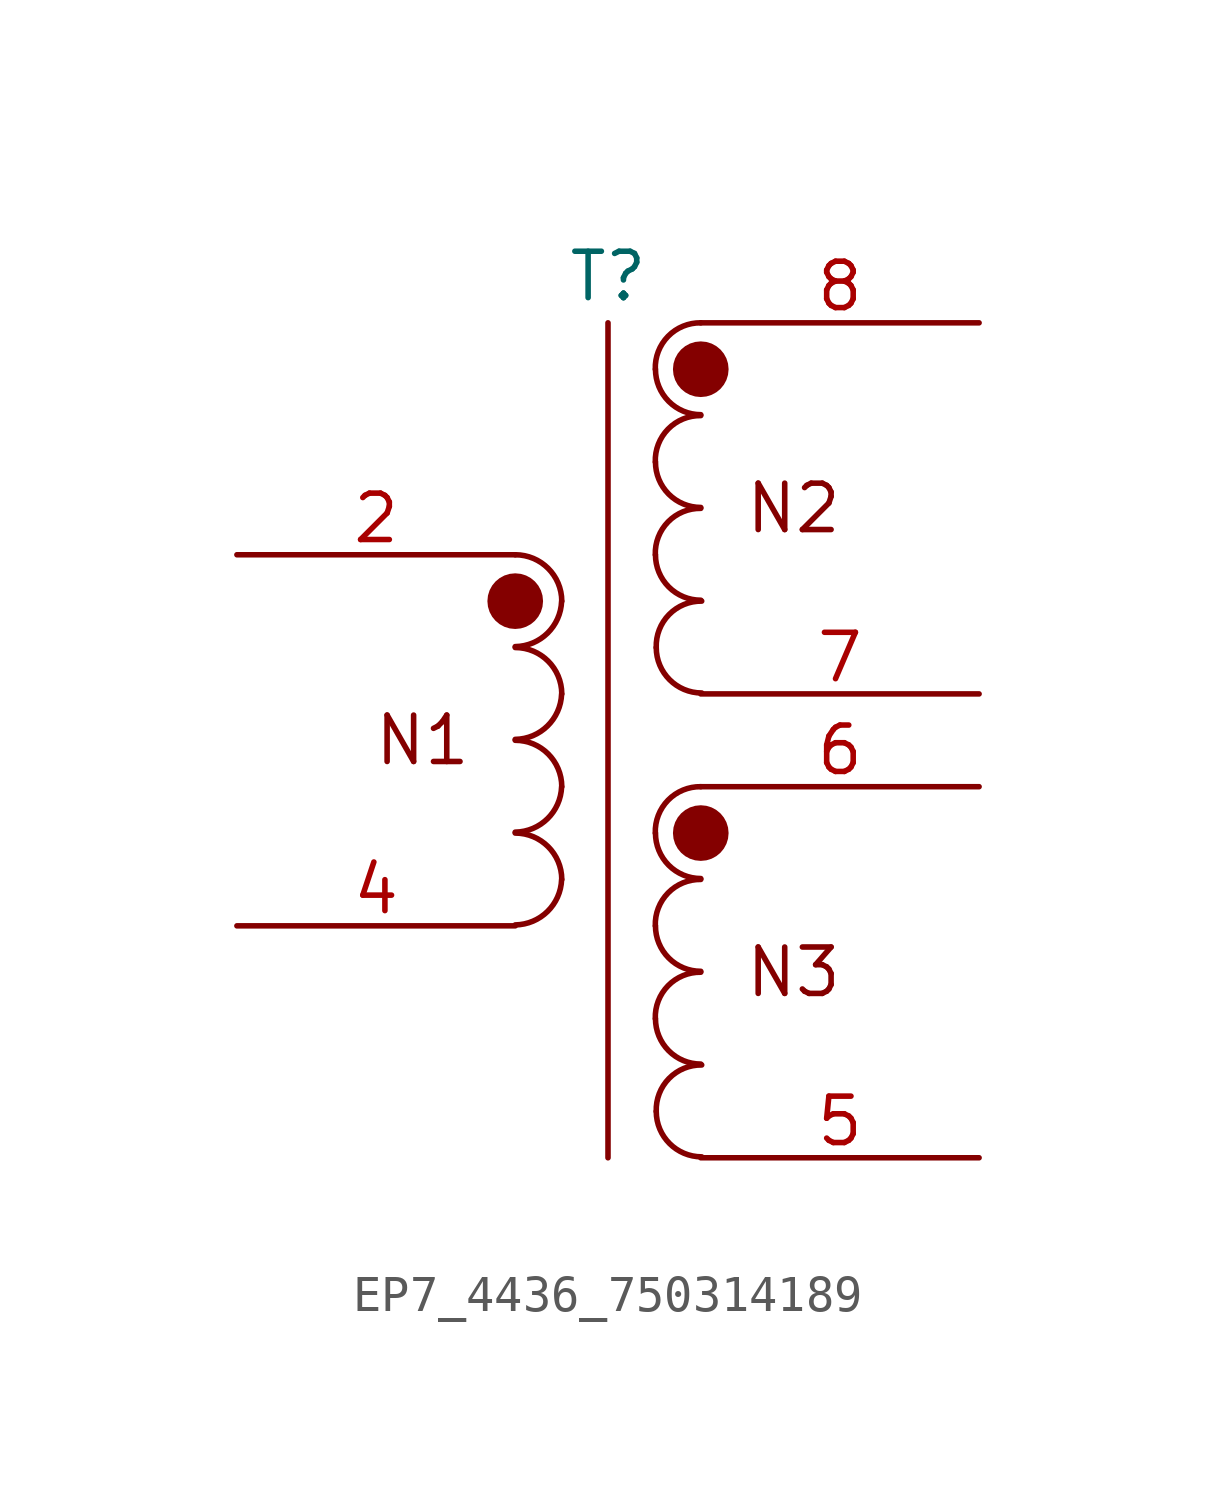
<source format=kicad_sym>
(kicad_symbol_lib
  (version 20220914)
  (generator kicad_symbol_editor)
  (symbol "EP7_4436_750314189"
    (pin_names hide)
    (property "Reference" "T"
      (at 0 12.7 0)
      (effects (font (size 1.27 1.27))))
    (symbol "EP7_4436_750314189_0_1"
      (arc (start -2.54 -5.0546) (mid -1.6599 -4.6901) (end -1.27 -3.81) (stroke (width 0) (type default)) (fill (type none)))
      (arc (start -2.54 -2.5146) (mid -1.6599 -2.1501) (end -1.27 -1.27) (stroke (width 0) (type default)) (fill (type none)))
      (arc (start -2.54 0.0254) (mid -1.6599 0.3899) (end -1.27 1.27) (stroke (width 0) (type default)) (fill (type none)))
      (arc (start -2.54 2.5654) (mid -1.6599 2.9299) (end -1.27 3.81) (stroke (width 0) (type default)) (fill (type none)))
      (arc (start -1.27 -3.81) (mid -1.642 -2.912) (end -2.54 -2.54) (stroke (width 0) (type default)) (fill (type none)))
      (arc (start -1.27 -1.27) (mid -1.642 -0.372) (end -2.54 0) (stroke (width 0) (type default)) (fill (type none)))
      (arc (start -1.27 1.27) (mid -1.642 2.168) (end -2.54 2.54) (stroke (width 0) (type default)) (fill (type none)))
      (arc (start -1.27 3.81) (mid -1.642 4.708) (end -2.54 5.08) (stroke (width 0) (type default)) (fill (type none)))
      (polyline (pts (xy 0 11.43) (xy 0 -11.43)) (stroke (width 0) (type default)) (fill (type none)))
      (arc (start 1.2954 -7.62) (mid 1.6599 -8.5001) (end 2.54 -8.8646) (stroke (width 0) (type default)) (fill (type none)))
      (arc (start 1.2954 -5.08) (mid 1.6599 -5.9601) (end 2.54 -6.3246) (stroke (width 0) (type default)) (fill (type none)))
      (arc (start 1.2954 -2.54) (mid 1.6599 -3.4201) (end 2.54 -3.7846) (stroke (width 0) (type default)) (fill (type none)))
      (arc (start 1.2954 5.08) (mid 1.6599 4.1999) (end 2.54 3.8354) (stroke (width 0) (type default)) (fill (type none)))
      (arc (start 1.2954 7.62) (mid 1.6599 6.7399) (end 2.54 6.3754) (stroke (width 0) (type default)) (fill (type none)))
      (arc (start 1.2954 10.16) (mid 1.6599 9.2799) (end 2.54 8.9154) (stroke (width 0) (type default)) (fill (type none)))
      (arc (start 1.3208 -10.16) (mid 1.6855 -11.0399) (end 2.5654 -11.4046) (stroke (width 0) (type default)) (fill (type none)))
      (arc (start 1.3208 2.54) (mid 1.6854 1.6601) (end 2.5654 1.2954) (stroke (width 0) (type default)) (fill (type none)))
      (arc (start 2.54 -6.35) (mid 1.6458 -6.7185) (end 1.2954 -7.62) (stroke (width 0) (type default)) (fill (type none)))
      (arc (start 2.54 -3.81) (mid 1.6458 -4.1785) (end 1.2954 -5.08) (stroke (width 0) (type default)) (fill (type none)))
      (arc (start 2.54 -1.27) (mid 1.6458 -1.6385) (end 1.2954 -2.54) (stroke (width 0) (type default)) (fill (type none)))
      (arc (start 2.54 6.35) (mid 1.6458 5.9815) (end 1.2954 5.08) (stroke (width 0) (type default)) (fill (type none)))
      (arc (start 2.54 8.89) (mid 1.6458 8.5215) (end 1.2954 7.62) (stroke (width 0) (type default)) (fill (type none)))
      (arc (start 2.54 11.43) (mid 1.6458 11.0615) (end 1.2954 10.16) (stroke (width 0) (type default)) (fill (type none)))
      (arc (start 2.5654 -8.89) (mid 1.6709 -9.2583) (end 1.3208 -10.16) (stroke (width 0) (type default)) (fill (type none)))
      (arc (start 2.5654 3.81) (mid 1.6709 3.4417) (end 1.3208 2.54) (stroke (width 0) (type default)) (fill (type none))))
    (symbol "EP7_4436_750314189_1_1"
      (circle (center -2.54 3.81) (radius 0.0001) (stroke (width 0.762) (type default)) (fill (type none)))
      (circle (center 2.54 -2.54) (radius 0.0001) (stroke (width 0.762) (type default)) (fill (type none)))
      (circle (center 2.54 10.16) (radius 0.0001) (stroke (width 0.762) (type default)) (fill (type none)))
      (text "N1" (at -5.08 0 0) (effects (font (size 1.27 1.27))))
      (text "N2" (at 5.08 6.35 0) (effects (font (size 1.27 1.27))))
      (text "N3" (at 5.08 -6.35 0) (effects (font (size 1.27 1.27))))
      (pin passive line (at -10.16 5.08 0) (length 7.62) (name "2" (effects (font (size 1.27 1.27)))) (number "2" (effects (font (size 1.27 1.27)))))
      (pin passive line (at -10.16 -5.08 0) (length 7.62) (name "4" (effects (font (size 1.27 1.27)))) (number "4" (effects (font (size 1.27 1.27)))))
      (pin passive line (at 10.16 -11.43 180) (length 7.62) (name "5" (effects (font (size 1.27 1.27)))) (number "5" (effects (font (size 1.27 1.27)))))
      (pin passive line (at 10.16 -1.27 180) (length 7.62) (name "6" (effects (font (size 1.27 1.27)))) (number "6" (effects (font (size 1.27 1.27)))))
      (pin passive line (at 10.16 1.27 180) (length 7.62) (name "7" (effects (font (size 1.27 1.27)))) (number "7" (effects (font (size 1.27 1.27)))))
      (pin passive line (at 10.16 11.43 180) (length 7.62) (name "8" (effects (font (size 1.27 1.27)))) (number "8" (effects (font (size 1.27 1.27))))))))
</source>
